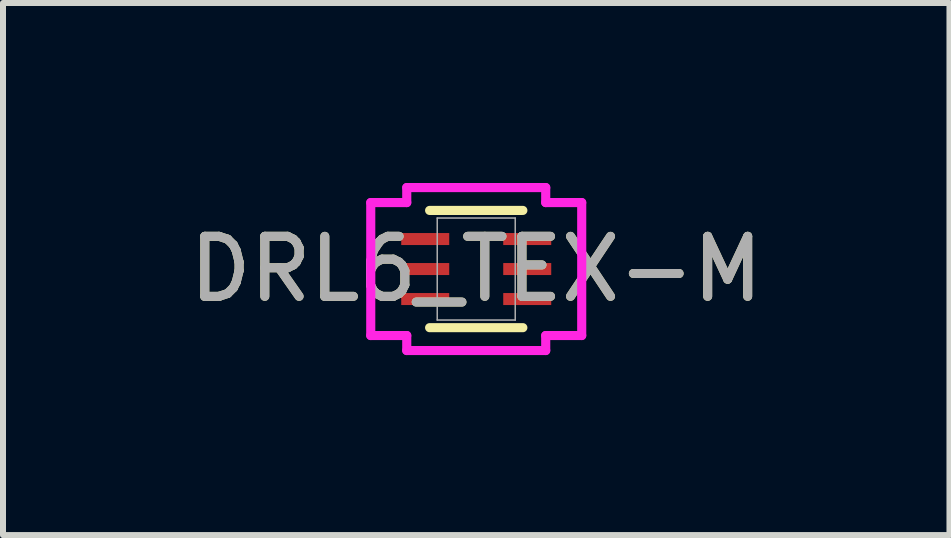
<source format=kicad_pcb>
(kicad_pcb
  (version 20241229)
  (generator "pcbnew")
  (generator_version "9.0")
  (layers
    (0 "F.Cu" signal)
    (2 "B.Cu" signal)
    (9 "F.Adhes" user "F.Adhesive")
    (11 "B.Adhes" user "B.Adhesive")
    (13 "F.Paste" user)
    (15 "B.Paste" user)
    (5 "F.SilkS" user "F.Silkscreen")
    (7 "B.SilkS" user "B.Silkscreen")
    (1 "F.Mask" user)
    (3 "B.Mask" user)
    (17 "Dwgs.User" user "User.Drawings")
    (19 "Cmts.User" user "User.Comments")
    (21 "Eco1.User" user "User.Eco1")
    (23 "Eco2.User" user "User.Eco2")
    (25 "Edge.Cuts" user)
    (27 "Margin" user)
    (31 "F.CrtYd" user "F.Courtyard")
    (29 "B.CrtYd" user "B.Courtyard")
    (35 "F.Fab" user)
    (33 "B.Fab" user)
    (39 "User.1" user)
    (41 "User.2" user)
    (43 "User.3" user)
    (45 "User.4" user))
  (footprint "DRL6_TEX-M"
    (layer "F.Cu")
    (at 4.887 1.434)
    (property "Reference" "DRL6_TEX-M" (at 0 0 0) (unlocked yes) (layer "F.SilkS") (effects (font (size 1 1) (thickness 0.15))))
    (attr smd)
    (fp_line (start -0.777 0.977) (end 0.777 0.977) (stroke (width 0.152) (type solid)) (layer "F.SilkS"))
    (fp_line (start 0.777 -0.977) (end -0.777 -0.977) (stroke (width 0.152) (type solid)) (layer "F.SilkS"))
    (fp_line (start -1.758 -1.108) (end -1.158 -1.108) (stroke (width 0.152) (type solid)) (layer "F.CrtYd"))
    (fp_line (start -1.758 1.108) (end -1.758 -1.108) (stroke (width 0.152) (type solid)) (layer "F.CrtYd"))
    (fp_line (start -1.758 1.108) (end -1.158 1.108) (stroke (width 0.152) (type solid)) (layer "F.CrtYd"))
    (fp_line (start -1.158 -1.358) (end 1.158 -1.358) (stroke (width 0.152) (type solid)) (layer "F.CrtYd"))
    (fp_line (start -1.158 -1.108) (end -1.158 -1.358) (stroke (width 0.152) (type solid)) (layer "F.CrtYd"))
    (fp_line (start -1.158 1.358) (end -1.158 1.108) (stroke (width 0.152) (type solid)) (layer "F.CrtYd"))
    (fp_line (start 1.158 -1.358) (end 1.158 -1.108) (stroke (width 0.152) (type solid)) (layer "F.CrtYd"))
    (fp_line (start 1.158 1.108) (end 1.158 1.358) (stroke (width 0.152) (type solid)) (layer "F.CrtYd"))
    (fp_line (start 1.158 1.358) (end -1.158 1.358) (stroke (width 0.152) (type solid)) (layer "F.CrtYd"))
    (fp_line (start 1.758 -1.108) (end 1.158 -1.108) (stroke (width 0.152) (type solid)) (layer "F.CrtYd"))
    (fp_line (start 1.758 -1.108) (end 1.758 1.108) (stroke (width 0.152) (type solid)) (layer "F.CrtYd"))
    (fp_line (start 1.758 1.108) (end 1.158 1.108) (stroke (width 0.152) (type solid)) (layer "F.CrtYd"))
    (fp_line (start -0.65 -0.85) (end -0.65 0.85) (stroke (width 0.025) (type solid)) (layer "F.Fab"))
    (fp_line (start -0.65 0.85) (end 0.65 0.85) (stroke (width 0.025) (type solid)) (layer "F.Fab"))
    (fp_line (start 0.65 -0.85) (end -0.65 -0.85) (stroke (width 0.025) (type solid)) (layer "F.Fab"))
    (fp_line (start 0.65 0.85) (end 0.65 -0.85) (stroke (width 0.025) (type solid)) (layer "F.Fab"))
    (fp_text user "${REFERENCE}" (at 0 0 0) (unlocked yes) (layer "F.Fab") (effects (font (size 1 1) (thickness 0.15))))
    (pad "1" smd rect (at -0.85 -0.5) (size 0.8 0.2) (layers "F.Cu" "F.Mask" "F.Paste"))
    (pad "2" smd rect (at -0.85 0) (size 0.8 0.2) (layers "F.Cu" "F.Mask" "F.Paste"))
    (pad "3" smd rect (at -0.85 0.5) (size 0.8 0.2) (layers "F.Cu" "F.Mask" "F.Paste"))
    (pad "4" smd rect (at 0.85 0.5) (size 0.8 0.2) (layers "F.Cu" "F.Mask" "F.Paste"))
    (pad "5" smd rect (at 0.85 0) (size 0.8 0.2) (layers "F.Cu" "F.Mask" "F.Paste"))
    (pad "6" smd rect (at 0.85 -0.5) (size 0.8 0.2) (layers "F.Cu" "F.Mask" "F.Paste")))
  (gr_rect
    (start -3 -3)
    (end 12.774 5.868)
    (stroke (width 0.1) (type default))
    (fill no)
    (layer "Edge.Cuts")))
</source>
